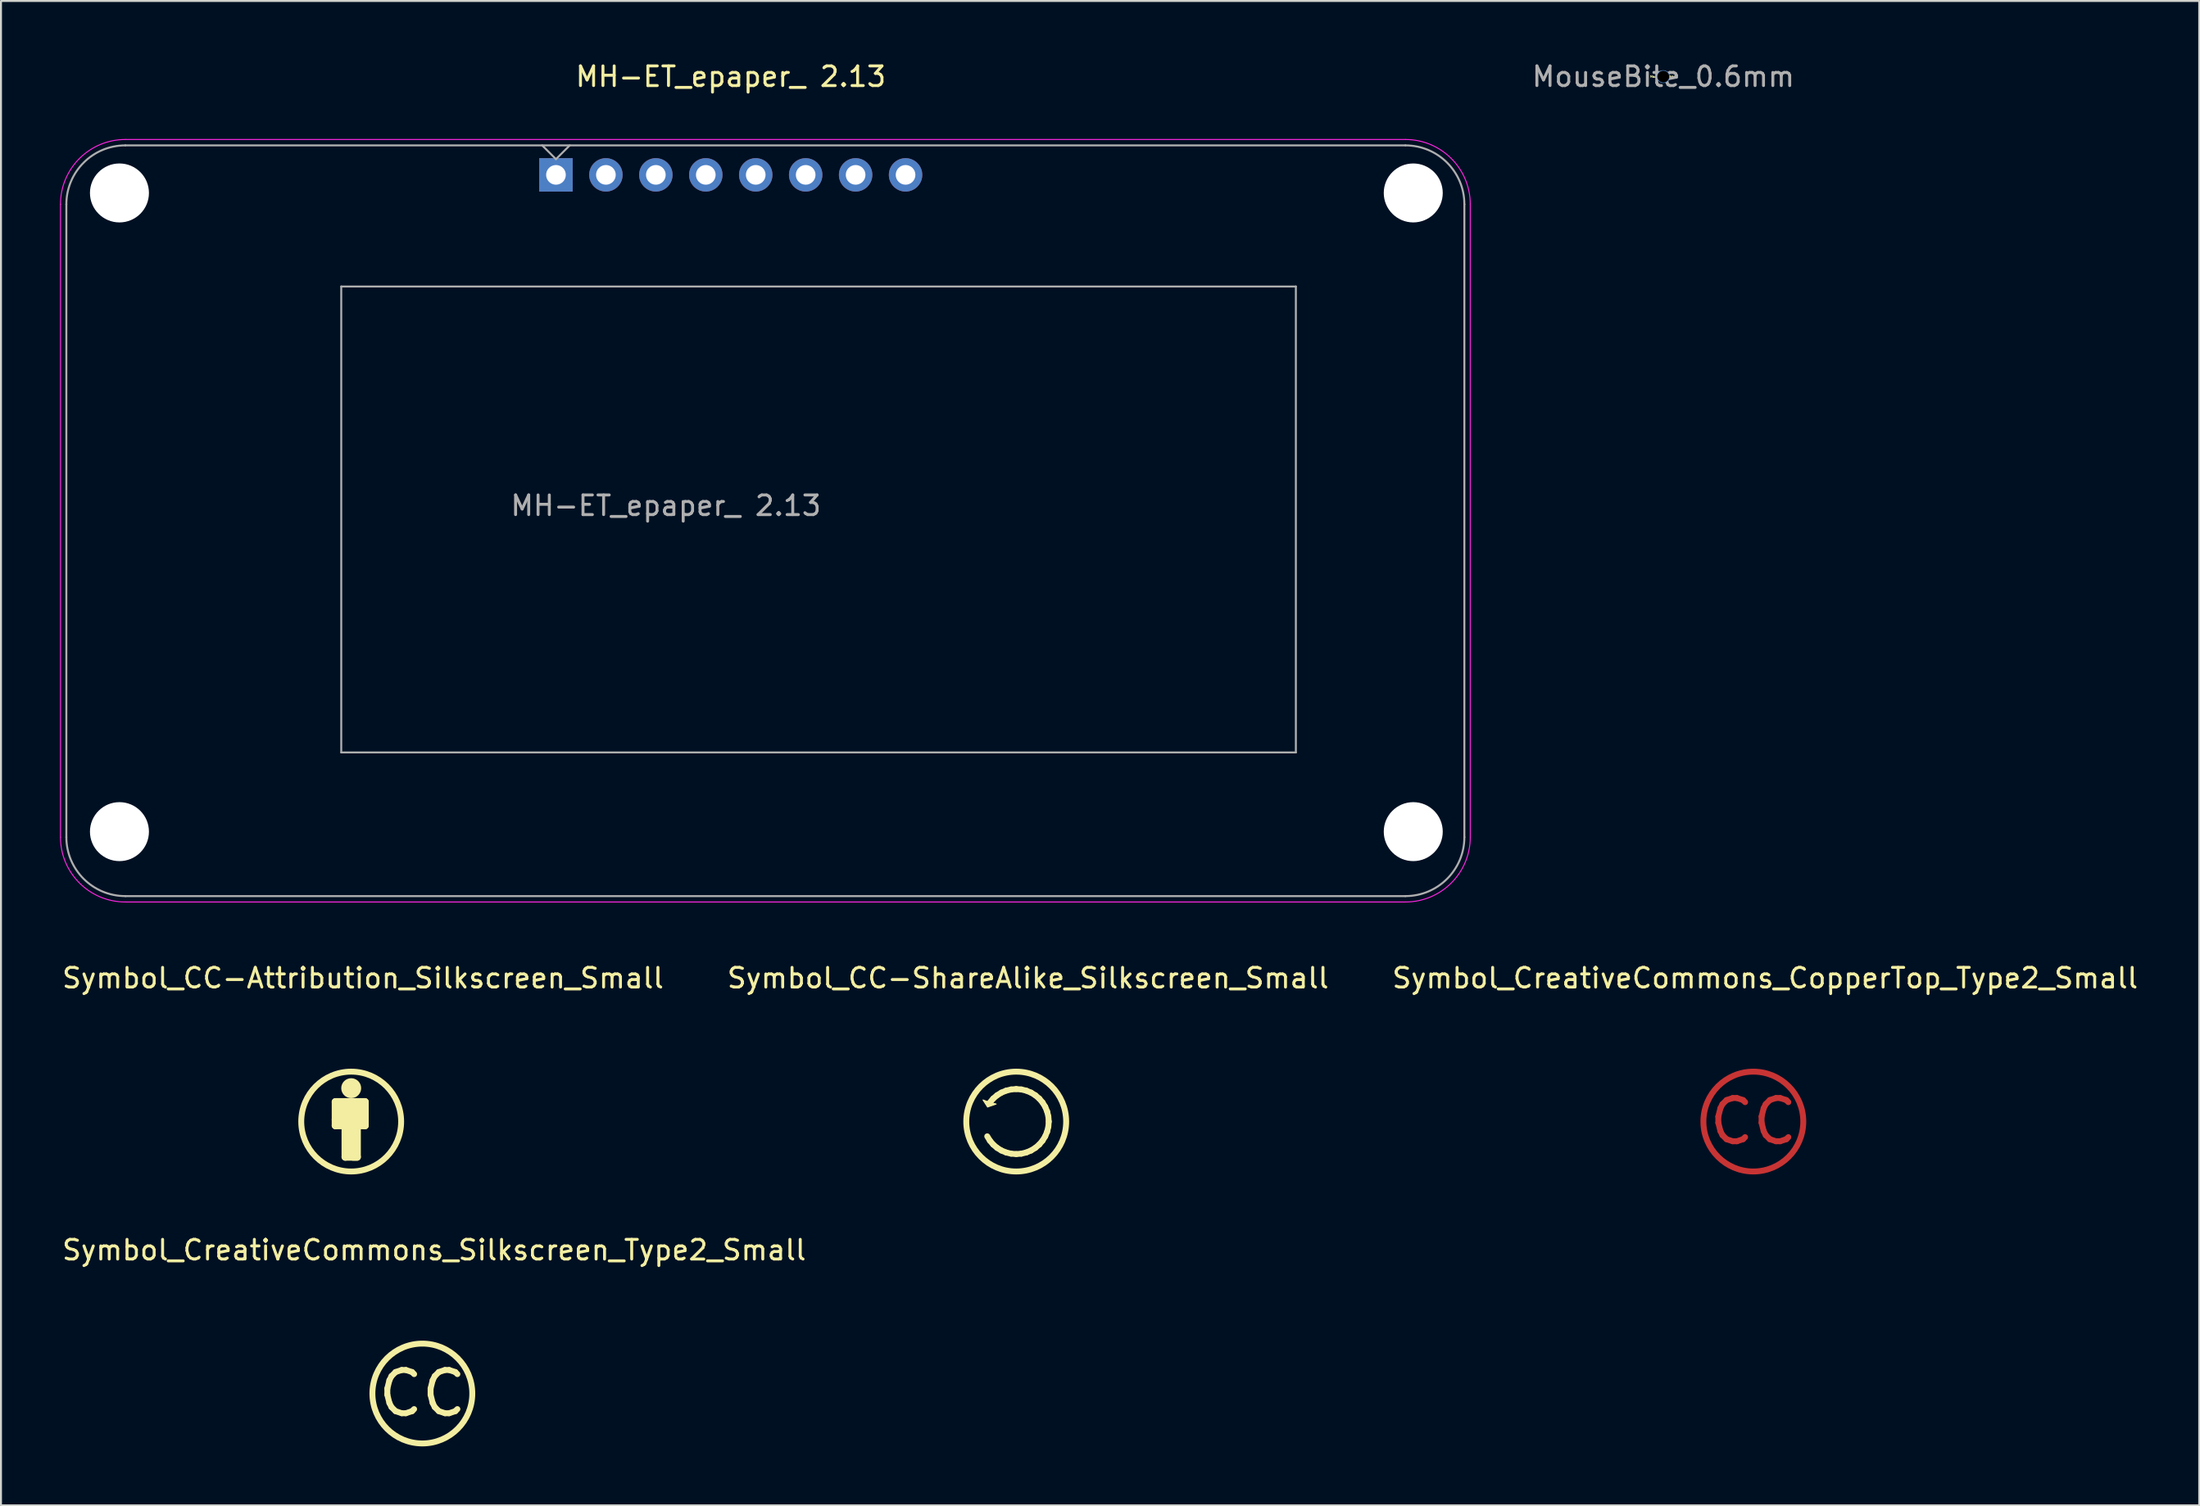
<source format=kicad_pcb>
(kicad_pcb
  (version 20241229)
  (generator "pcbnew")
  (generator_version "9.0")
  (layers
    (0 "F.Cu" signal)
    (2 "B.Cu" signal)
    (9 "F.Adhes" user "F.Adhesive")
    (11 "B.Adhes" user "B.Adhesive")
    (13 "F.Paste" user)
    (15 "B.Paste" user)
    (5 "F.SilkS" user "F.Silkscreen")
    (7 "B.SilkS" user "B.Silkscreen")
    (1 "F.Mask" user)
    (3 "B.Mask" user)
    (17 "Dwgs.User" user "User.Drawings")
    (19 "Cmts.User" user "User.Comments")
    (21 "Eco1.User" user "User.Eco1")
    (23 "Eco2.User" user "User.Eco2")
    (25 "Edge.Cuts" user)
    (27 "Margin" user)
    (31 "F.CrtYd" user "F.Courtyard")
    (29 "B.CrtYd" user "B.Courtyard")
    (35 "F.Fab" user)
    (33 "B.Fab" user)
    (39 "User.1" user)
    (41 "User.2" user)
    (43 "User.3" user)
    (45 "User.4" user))
  (footprint "Symbol_CC-ShareAlike_Silkscreen_Small"
    (layer "F.Cu")
    (at 48.633 54.021)
    (property "Reference" "Symbol_CC-ShareAlike_Silkscreen_Small" (at 0.599 -7.3 0) (layer "F.SilkS") (effects (font (size 1 1) (thickness 0.15))))
    (attr exclude_from_pos_files exclude_from_bom)
    (fp_poly (pts (xy -1.338 -0.972) (xy -1.17 -1.17) (xy -0.972 -1.338)) (stroke (width 0.1) (type solid)) (fill no) (layer "F.Cu"))
    (fp_line (start -1.474 0.751) (end -1.338 0.972) (stroke (width 0.3) (type solid)) (layer "F.SilkS"))
    (fp_line (start -1.338 0.972) (end -1.17 1.17) (stroke (width 0.3) (type solid)) (layer "F.SilkS"))
    (fp_line (start -1.17 -1.17) (end -1.338 -0.972) (stroke (width 0.3) (type solid)) (layer "F.SilkS"))
    (fp_line (start -1.17 1.17) (end -0.972 1.338) (stroke (width 0.3) (type solid)) (layer "F.SilkS"))
    (fp_line (start -0.972 -1.338) (end -1.17 -1.17) (stroke (width 0.3) (type solid)) (layer "F.SilkS"))
    (fp_line (start -0.972 1.338) (end -0.751 1.474) (stroke (width 0.3) (type solid)) (layer "F.SilkS"))
    (fp_line (start -0.751 -1.474) (end -0.972 -1.338) (stroke (width 0.3) (type solid)) (layer "F.SilkS"))
    (fp_line (start -0.751 1.474) (end -0.511 1.573) (stroke (width 0.3) (type solid)) (layer "F.SilkS"))
    (fp_line (start -0.511 -1.573) (end -0.751 -1.474) (stroke (width 0.3) (type solid)) (layer "F.SilkS"))
    (fp_line (start -0.511 1.573) (end -0.259 1.634) (stroke (width 0.3) (type solid)) (layer "F.SilkS"))
    (fp_line (start -0.259 -1.634) (end -0.511 -1.573) (stroke (width 0.3) (type solid)) (layer "F.SilkS"))
    (fp_line (start -0.259 1.634) (end 0 1.654) (stroke (width 0.3) (type solid)) (layer "F.SilkS"))
    (fp_line (start 0 -1.654) (end -0.259 -1.634) (stroke (width 0.3) (type solid)) (layer "F.SilkS"))
    (fp_line (start 0 1.654) (end 0.259 1.634) (stroke (width 0.3) (type solid)) (layer "F.SilkS"))
    (fp_line (start 0.259 -1.634) (end 0 -1.654) (stroke (width 0.3) (type solid)) (layer "F.SilkS"))
    (fp_line (start 0.259 1.634) (end 0.511 1.573) (stroke (width 0.3) (type solid)) (layer "F.SilkS"))
    (fp_line (start 0.511 -1.573) (end 0.259 -1.634) (stroke (width 0.3) (type solid)) (layer "F.SilkS"))
    (fp_line (start 0.511 1.573) (end 0.751 1.474) (stroke (width 0.3) (type solid)) (layer "F.SilkS"))
    (fp_line (start 0.751 -1.474) (end 0.511 -1.573) (stroke (width 0.3) (type solid)) (layer "F.SilkS"))
    (fp_line (start 0.751 1.474) (end 0.972 1.338) (stroke (width 0.3) (type solid)) (layer "F.SilkS"))
    (fp_line (start 0.972 -1.338) (end 0.751 -1.474) (stroke (width 0.3) (type solid)) (layer "F.SilkS"))
    (fp_line (start 0.972 1.338) (end 1.17 1.17) (stroke (width 0.3) (type solid)) (layer "F.SilkS"))
    (fp_line (start 1.17 -1.17) (end 0.972 -1.338) (stroke (width 0.3) (type solid)) (layer "F.SilkS"))
    (fp_line (start 1.17 1.17) (end 1.338 0.972) (stroke (width 0.3) (type solid)) (layer "F.SilkS"))
    (fp_line (start 1.338 -0.972) (end 1.17 -1.17) (stroke (width 0.3) (type solid)) (layer "F.SilkS"))
    (fp_line (start 1.338 0.972) (end 1.474 0.751) (stroke (width 0.3) (type solid)) (layer "F.SilkS"))
    (fp_line (start 1.474 -0.751) (end 1.338 -0.972) (stroke (width 0.3) (type solid)) (layer "F.SilkS"))
    (fp_line (start 1.474 0.751) (end 1.573 0.511) (stroke (width 0.3) (type solid)) (layer "F.SilkS"))
    (fp_line (start 1.573 -0.511) (end 1.474 -0.751) (stroke (width 0.3) (type solid)) (layer "F.SilkS"))
    (fp_line (start 1.573 0.511) (end 1.634 0.259) (stroke (width 0.3) (type solid)) (layer "F.SilkS"))
    (fp_line (start 1.634 -0.259) (end 1.573 -0.511) (stroke (width 0.3) (type solid)) (layer "F.SilkS"))
    (fp_line (start 1.634 0.259) (end 1.654 0) (stroke (width 0.3) (type solid)) (layer "F.SilkS"))
    (fp_line (start 1.654 0) (end 1.634 -0.259) (stroke (width 0.3) (type solid)) (layer "F.SilkS"))
    (fp_circle (center 0 0) (end 2.54 0) (stroke (width 0.3) (type solid)) (fill no) (layer "F.SilkS"))
    (fp_poly (pts (xy -1.688 -1.099) (xy -1.338 -0.972) (xy -1.022 -0.892) (xy -1.458 -0.74)) (stroke (width 0.05) (type solid)) (fill yes) (layer "F.SilkS")))
  (footprint "Symbol_CreativeCommons_Silkscreen_Type2_Small"
    (layer "F.Cu")
    (at 18.43 67.86)
    (property "Reference" "Symbol_CreativeCommons_Silkscreen_Type2_Small" (at 0.599 -7.3 0) (layer "F.SilkS") (effects (font (size 1 1) (thickness 0.15))))
    (attr exclude_from_pos_files exclude_from_bom)
    (fp_circle (center 0 0) (end 2.54 0) (stroke (width 0.3) (type solid)) (fill no) (layer "F.SilkS"))
    (fp_text user "CC" (at 0 0 0) (unlocked yes) (layer "F.SilkS") (effects (font (size 2.2 2.2) (thickness 0.3)))))
  (footprint "Symbol_CreativeCommons_CopperTop_Type2_Small"
    (layer "F.Cu")
    (at 86.121 54.021)
    (property "Reference" "Symbol_CreativeCommons_CopperTop_Type2_Small" (at 0.599 -7.3 0) (layer "F.SilkS") (effects (font (size 1 1) (thickness 0.15))))
    (attr exclude_from_pos_files exclude_from_bom)
    (fp_circle (center 0 0) (end 2.54 0) (stroke (width 0.3) (type solid)) (fill no) (layer "F.Cu"))
    (fp_text user "CC" (at 0 0 0) (unlocked yes) (layer "F.Cu") (effects (font (size 2.2 2.2) (thickness 0.3)))))
  (footprint "Symbol_CC-Attribution_Silkscreen_Small"
    (layer "F.Cu")
    (at 14.811 54.021)
    (property "Reference" "Symbol_CC-Attribution_Silkscreen_Small" (at 0.599 -7.3 0) (layer "F.SilkS") (effects (font (size 1 1) (thickness 0.15))))
    (attr exclude_from_pos_files exclude_from_bom)
    (fp_line (start -0.8 -1.001) (end 0.701 -1.001) (stroke (width 0.381) (type solid)) (layer "F.SilkS"))
    (fp_line (start -0.8 -0.099) (end 0.5 -0.099) (stroke (width 0.381) (type solid)) (layer "F.SilkS"))
    (fp_line (start -0.8 0.201) (end -0.8 -1.001) (stroke (width 0.381) (type solid)) (layer "F.SilkS"))
    (fp_line (start -0.701 -0.701) (end 0.599 -0.701) (stroke (width 0.381) (type solid)) (layer "F.SilkS"))
    (fp_line (start -0.3 0.3) (end -0.3 1.801) (stroke (width 0.381) (type solid)) (layer "F.SilkS"))
    (fp_line (start -0.3 1.801) (end 0.201 1.801) (stroke (width 0.381) (type solid)) (layer "F.SilkS"))
    (fp_line (start 0 -1.9) (end 0 -1.501) (stroke (width 0.381) (type solid)) (layer "F.SilkS"))
    (fp_line (start 0 0.3) (end 0 1.6) (stroke (width 0.381) (type solid)) (layer "F.SilkS"))
    (fp_line (start 0.099 1.801) (end 0.3 1.801) (stroke (width 0.381) (type solid)) (layer "F.SilkS"))
    (fp_line (start 0.3 1.801) (end 0.3 0.201) (stroke (width 0.381) (type solid)) (layer "F.SilkS"))
    (fp_line (start 0.5 -0.399) (end -0.701 -0.399) (stroke (width 0.381) (type solid)) (layer "F.SilkS"))
    (fp_line (start 0.701 -1.001) (end 0.701 0.201) (stroke (width 0.381) (type solid)) (layer "F.SilkS"))
    (fp_line (start 0.701 0.201) (end -0.8 0.201) (stroke (width 0.381) (type solid)) (layer "F.SilkS"))
    (fp_circle (center 0 -1.699) (end 0.316 -1.699) (stroke (width 0.381) (type solid)) (fill no) (layer "F.SilkS"))
    (fp_circle (center 0 0) (end 2.54 0) (stroke (width 0.3) (type solid)) (fill no) (layer "F.SilkS")))
  (footprint "MH-ET_epaper_ 2.13"
    (layer "F.Cu")
    (at 25.225 5.848)
    (property "Reference" "MH-ET_epaper_ 2.13" (at 8.89 -5 0) (layer "F.SilkS") (effects (font (size 1 1) (thickness 0.15))))
    (attr through_hole)
    (fp_line (start -25.2 1.5) (end -25.2 33.7) (stroke (width 0.05) (type solid)) (layer "F.CrtYd"))
    (fp_line (start 43.2 -1.8) (end -21.9 -1.8) (stroke (width 0.05) (type solid)) (layer "F.CrtYd"))
    (fp_line (start 43.2 37) (end -21.9 37) (stroke (width 0.05) (type solid)) (layer "F.CrtYd"))
    (fp_line (start 46.5 1.5) (end 46.5 33.7) (stroke (width 0.05) (type solid)) (layer "F.CrtYd"))
    (fp_arc (start -25.2 1.5) (mid -24.233452 -0.833453) (end -21.9 -1.8) (stroke (width 0.05) (type solid)) (layer "F.CrtYd"))
    (fp_arc (start -21.9 37) (mid -24.233452 36.033452) (end -25.2 33.7) (stroke (width 0.05) (type solid)) (layer "F.CrtYd"))
    (fp_arc (start 43.2 -1.8) (mid 45.533452 -0.833452) (end 46.5 1.5) (stroke (width 0.05) (type solid)) (layer "F.CrtYd"))
    (fp_arc (start 46.5 33.7) (mid 45.533452 36.033452) (end 43.2 37) (stroke (width 0.05) (type solid)) (layer "F.CrtYd"))
    (fp_line (start -24.9 1.5) (end -24.9 33.7) (stroke (width 0.1) (type solid)) (layer "F.Fab"))
    (fp_line (start -10.92 5.68) (end -10.92 29.39) (stroke (width 0.1) (type solid)) (layer "F.Fab"))
    (fp_line (start -10.92 5.68) (end 37.63 5.68) (stroke (width 0.1) (type solid)) (layer "F.Fab"))
    (fp_line (start -10.92 29.39) (end 37.63 29.39) (stroke (width 0.1) (type solid)) (layer "F.Fab"))
    (fp_line (start -0.7 -1.5) (end 0 -0.8) (stroke (width 0.1) (type solid)) (layer "F.Fab"))
    (fp_line (start 0 -0.8) (end 0.7 -1.5) (stroke (width 0.1) (type solid)) (layer "F.Fab"))
    (fp_line (start 37.63 5.68) (end 37.63 29.39) (stroke (width 0.1) (type solid)) (layer "F.Fab"))
    (fp_line (start 43.2 -1.5) (end -21.9 -1.5) (stroke (width 0.1) (type solid)) (layer "F.Fab"))
    (fp_line (start 43.2 36.7) (end -21.9 36.7) (stroke (width 0.1) (type solid)) (layer "F.Fab"))
    (fp_line (start 46.2 1.5) (end 46.2 33.7) (stroke (width 0.1) (type solid)) (layer "F.Fab"))
    (fp_arc (start -24.9 1.5) (mid -24.02132 -0.62132) (end -21.9 -1.5) (stroke (width 0.1) (type solid)) (layer "F.Fab"))
    (fp_arc (start -21.9 36.7) (mid -24.02132 35.82132) (end -24.9 33.7) (stroke (width 0.1) (type solid)) (layer "F.Fab"))
    (fp_arc (start 43.2 -1.5) (mid 45.32132 -0.62132) (end 46.2 1.5) (stroke (width 0.1) (type solid)) (layer "F.Fab"))
    (fp_arc (start 46.2 33.7) (mid 45.32132 35.82132) (end 43.2 36.7) (stroke (width 0.1) (type solid)) (layer "F.Fab"))
    (fp_text user "${REFERENCE}" (at 5.59 16.832 0) (layer "F.Fab") (effects (font (size 1 1) (thickness 0.15))))
    (pad "" np_thru_hole circle (at -22.2 0.92) (size 3 3) (drill 3) (layers "*.Cu" "*.Paste" "*.Mask"))
    (pad "" np_thru_hole circle (at -22.2 33.42) (size 3 3) (drill 3) (layers "*.Cu" "*.Paste" "*.Mask"))
    (pad "" np_thru_hole circle (at 43.6 0.92) (size 3 3) (drill 3) (layers "*.Cu" "*.Paste" "*.Mask"))
    (pad "" np_thru_hole circle (at 43.6 33.42) (size 3 3) (drill 3) (layers "*.Cu" "*.Paste" "*.Mask"))
    (pad "1" thru_hole rect (at 0 0) (size 1.7 1.7) (drill 1) (layers "*.Cu" "*.Mask"))
    (pad "2" thru_hole circle (at 2.54 0) (size 1.7 1.7) (drill 1) (layers "*.Cu" "*.Mask"))
    (pad "3" thru_hole circle (at 5.08 0) (size 1.7 1.7) (drill 1) (layers "*.Cu" "*.Mask"))
    (pad "4" thru_hole circle (at 7.62 0) (size 1.7 1.7) (drill 1) (layers "*.Cu" "*.Mask"))
    (pad "5" thru_hole circle (at 10.16 0) (size 1.7 1.7) (drill 1) (layers "*.Cu" "*.Mask"))
    (pad "6" thru_hole circle (at 12.7 0) (size 1.7 1.7) (drill 1) (layers "*.Cu" "*.Mask"))
    (pad "7" thru_hole circle (at 15.24 0) (size 1.7 1.7) (drill 1) (layers "*.Cu" "*.Mask"))
    (pad "8" thru_hole circle (at 17.78 0) (size 1.7 1.7) (drill 1) (layers "*.Cu" "*.Mask")))
  (footprint "MouseBite_0.6mm"
    (layer "F.Cu")
    (at 81.542 0.848)
    (property "Reference" "MouseBite_0.6mm" (at 0 0 0) (layer "F.SilkS") (effects (font (size 0.1 0.1) (thickness 0.025) (bold yes))))
    (attr board_only exclude_from_pos_files exclude_from_bom allow_missing_courtyard)
    (fp_circle (center 0 0) (end 0.3 0) (stroke (width 0.05) (type solid)) (fill no) (layer "Cmts.User"))
    (fp_circle (center 0 0) (end 0.3 0) (stroke (width 0.01) (type default)) (fill no) (layer "F.CrtYd"))
    (fp_text user "${REFERENCE}" (at 0 0 0) (layer "F.Fab") (effects (font (size 1 1) (thickness 0.15))))
    (pad "" np_thru_hole circle (at 0 0) (size 0.6 0.6) (drill 0.6) (layers "*.Mask")))
  (gr_rect
    (start -3 -3)
    (end 108.798 73.55)
    (stroke (width 0.1) (type default))
    (fill no)
    (layer "Edge.Cuts")))
</source>
